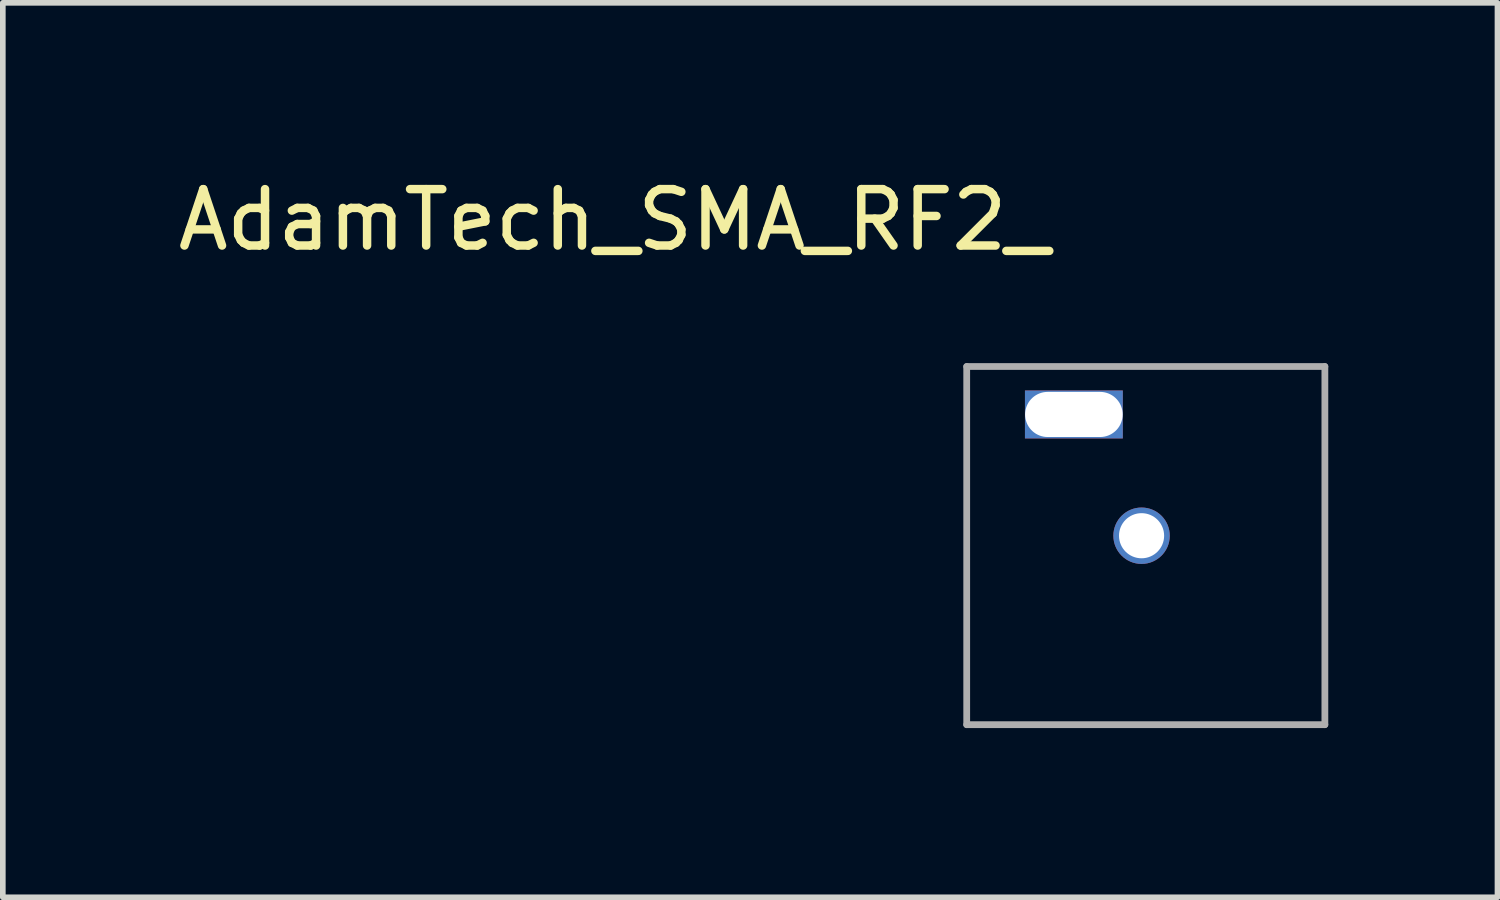
<source format=kicad_pcb>
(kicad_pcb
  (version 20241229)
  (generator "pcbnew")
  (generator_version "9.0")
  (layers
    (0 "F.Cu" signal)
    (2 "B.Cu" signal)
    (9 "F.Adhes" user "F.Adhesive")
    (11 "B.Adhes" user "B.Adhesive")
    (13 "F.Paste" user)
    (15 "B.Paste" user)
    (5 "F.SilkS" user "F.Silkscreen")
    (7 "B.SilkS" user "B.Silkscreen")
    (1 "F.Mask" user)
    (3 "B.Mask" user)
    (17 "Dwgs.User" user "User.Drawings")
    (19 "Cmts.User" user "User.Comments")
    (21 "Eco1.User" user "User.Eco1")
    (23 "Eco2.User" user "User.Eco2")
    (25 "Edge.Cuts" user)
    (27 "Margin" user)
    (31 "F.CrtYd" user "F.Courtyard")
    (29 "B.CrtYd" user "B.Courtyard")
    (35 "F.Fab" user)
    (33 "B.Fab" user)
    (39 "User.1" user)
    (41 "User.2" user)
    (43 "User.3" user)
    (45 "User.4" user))
  (footprint "AdamTech_SMA_RF2_"
    (layer "F.Cu")
    (at 14.089 3.448)
    (property "Reference" "AdamTech_SMA_RF2_" (at -6.25 -2.6 0) (layer "F.SilkS") (effects (font (size 1 1) (thickness 0.15))))
    (attr through_hole)
    (fp_line (start 0 0) (end 0 6.35) (stroke (width 0.12) (type solid)) (layer "F.Fab"))
    (fp_line (start 0 6.35) (end 6.35 6.35) (stroke (width 0.12) (type solid)) (layer "F.Fab"))
    (fp_line (start 6.35 0) (end 0 0) (stroke (width 0.12) (type solid)) (layer "F.Fab"))
    (fp_line (start 6.35 6.35) (end 6.35 0) (stroke (width 0.12) (type solid)) (layer "F.Fab"))
    (pad "1" thru_hole circle (at 3.1 3) (size 1 1) (drill 0.8) (layers "*.Cu" "*.Mask"))
    (pad "2" thru_hole rect (at 1.9 0.85) (size 1.735 0.85) (drill oval 1.73 0.8) (layers "*.Cu" "*.Mask")))
  (gr_rect
    (start -3 -3)
    (end 23.499 12.858)
    (stroke (width 0.1) (type default))
    (fill no)
    (layer "Edge.Cuts")))
</source>
